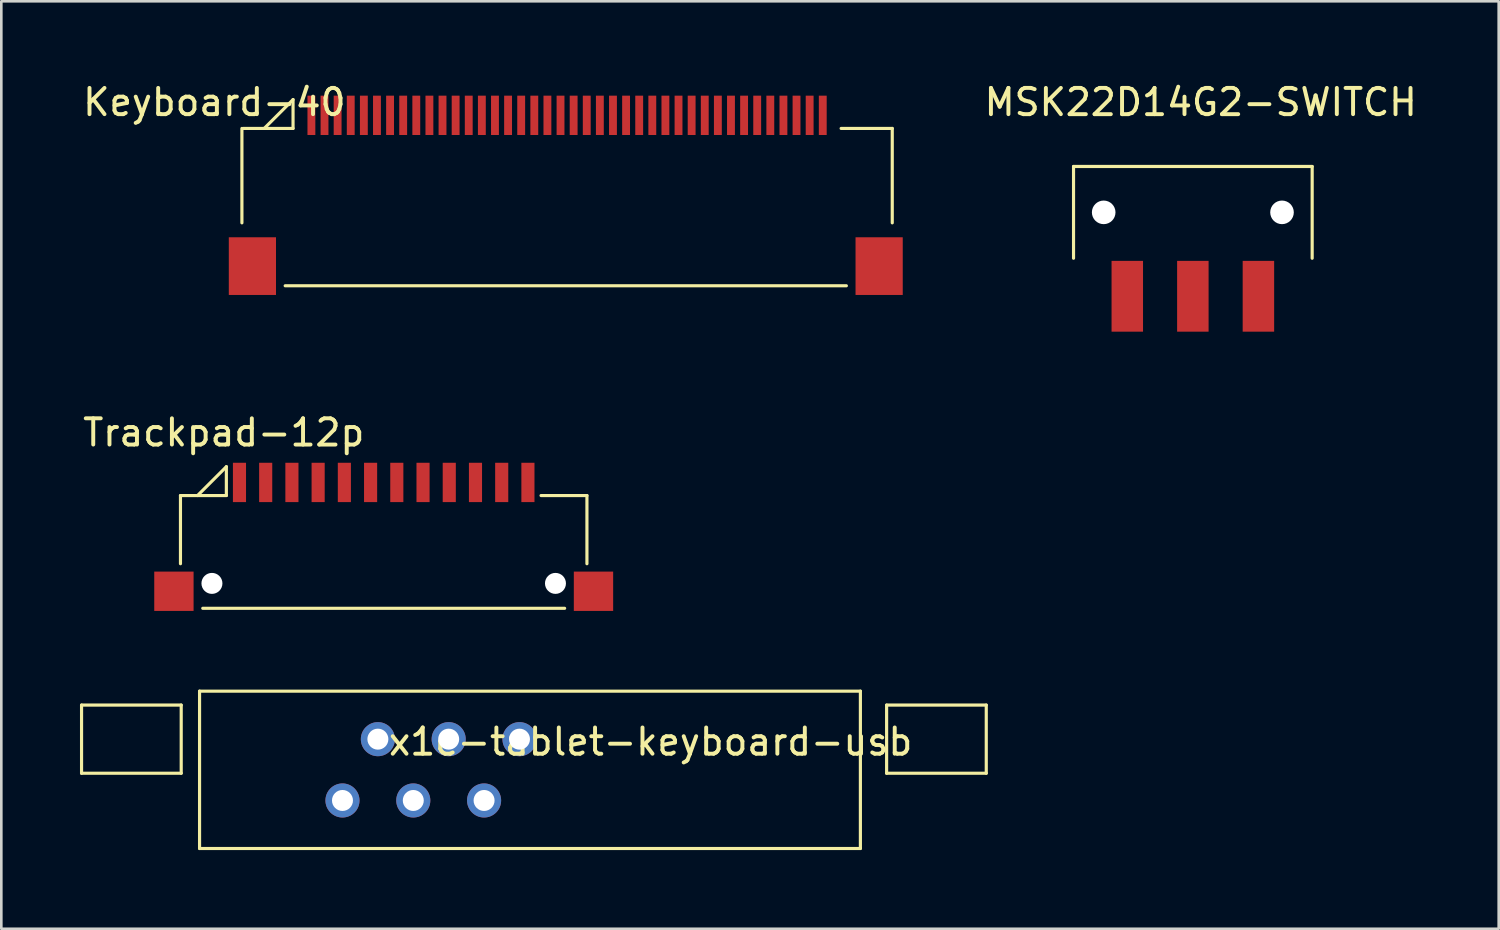
<source format=kicad_pcb>
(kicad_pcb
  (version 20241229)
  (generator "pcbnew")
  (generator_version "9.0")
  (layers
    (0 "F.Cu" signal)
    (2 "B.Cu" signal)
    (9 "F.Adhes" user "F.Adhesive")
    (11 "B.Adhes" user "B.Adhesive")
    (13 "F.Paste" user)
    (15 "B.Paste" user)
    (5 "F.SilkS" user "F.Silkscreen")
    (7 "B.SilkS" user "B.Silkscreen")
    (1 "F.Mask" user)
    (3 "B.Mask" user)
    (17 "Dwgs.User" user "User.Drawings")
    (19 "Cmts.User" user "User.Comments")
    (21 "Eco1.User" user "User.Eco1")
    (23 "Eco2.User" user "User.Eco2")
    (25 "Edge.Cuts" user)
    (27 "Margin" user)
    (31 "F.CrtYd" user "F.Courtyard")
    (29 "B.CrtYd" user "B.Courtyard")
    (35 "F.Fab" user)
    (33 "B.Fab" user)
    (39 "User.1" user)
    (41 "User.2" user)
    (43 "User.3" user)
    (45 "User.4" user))
  (footprint "x1c-tablet-keyboard-usb"
    (layer "F.Cu")
    (at 11.36 25.137)
    (property "Reference" "x1c-tablet-keyboard-usb" (at 10.4 0.1 0) (layer "F.SilkS") (effects (font (size 1 1) (thickness 0.15))))
    (attr through_hole)
    (fp_line (start -11.3 -1.3) (end -7.5 -1.3) (stroke (width 0.12) (type solid)) (layer "F.SilkS"))
    (fp_line (start -11.3 1.3) (end -11.3 -1.3) (stroke (width 0.12) (type solid)) (layer "F.SilkS"))
    (fp_line (start -7.5 -1.3) (end -7.5 1.3) (stroke (width 0.12) (type solid)) (layer "F.SilkS"))
    (fp_line (start -7.5 1.3) (end -11.3 1.3) (stroke (width 0.12) (type solid)) (layer "F.SilkS"))
    (fp_line (start -6.8 -1.831) (end -6.8 4.169) (stroke (width 0.12) (type solid)) (layer "F.SilkS"))
    (fp_line (start -6.8 4.169) (end 18.4 4.169) (stroke (width 0.12) (type solid)) (layer "F.SilkS"))
    (fp_line (start 18.4 -1.831) (end -6.8 -1.831) (stroke (width 0.12) (type solid)) (layer "F.SilkS"))
    (fp_line (start 18.4 -1.831) (end 18.4 4.169) (stroke (width 0.12) (type solid)) (layer "F.SilkS"))
    (fp_line (start 19.4 -1.3) (end 23.2 -1.3) (stroke (width 0.12) (type solid)) (layer "F.SilkS"))
    (fp_line (start 19.4 1.3) (end 19.4 -1.3) (stroke (width 0.12) (type solid)) (layer "F.SilkS"))
    (fp_line (start 23.2 -1.3) (end 23.2 1.3) (stroke (width 0.12) (type solid)) (layer "F.SilkS"))
    (fp_line (start 23.2 1.3) (end 19.4 1.3) (stroke (width 0.12) (type solid)) (layer "F.SilkS"))
    (pad "1" thru_hole circle (at 0 0) (size 1.3 1.3) (drill 0.8) (layers "*.Cu" "*.Mask"))
    (pad "2" thru_hole circle (at 2.7 0) (size 1.3 1.3) (drill 0.8) (layers "*.Cu" "*.Mask"))
    (pad "3" thru_hole circle (at 5.4 0) (size 1.3 1.3) (drill 0.8) (layers "*.Cu" "*.Mask"))
    (pad "4" thru_hole circle (at -1.35 2.338) (size 1.3 1.3) (drill 0.8) (layers "*.Cu" "*.Mask"))
    (pad "5" thru_hole circle (at 1.35 2.338) (size 1.3 1.3) (drill 0.8) (layers "*.Cu" "*.Mask"))
    (pad "6" thru_hole circle (at 4.05 2.338) (size 1.3 1.3) (drill 0.8) (layers "*.Cu" "*.Mask")))
  (footprint "MSK22D14G2-SWITCH"
    (layer "F.Cu")
    (at 42.438 5.048)
    (property "Reference" "MSK22D14G2-SWITCH" (at 0.3 -4.2 0) (layer "F.SilkS") (effects (font (size 1 1) (thickness 0.15))))
    (attr through_hole)
    (fp_line (start -4.55 -1.75) (end -4.55 1.75) (stroke (width 0.12) (type solid)) (layer "F.SilkS"))
    (fp_line (start -4.55 -1.75) (end 4.55 -1.75) (stroke (width 0.12) (type solid)) (layer "F.SilkS"))
    (fp_line (start 4.55 -1.75) (end 4.55 1.75) (stroke (width 0.12) (type solid)) (layer "F.SilkS"))
    (pad "" np_thru_hole circle (at -3.4 0) (size 0.9 0.9) (drill 0.9) (layers "*.Cu" "*.Mask"))
    (pad "" np_thru_hole circle (at 3.4 0) (size 0.9 0.9) (drill 0.9) (layers "*.Cu" "*.Mask"))
    (pad "1" smd rect (at -2.5 3.2) (size 1.2 2.7) (layers "F.Cu" "F.Mask" "F.Paste"))
    (pad "2" smd rect (at 0 3.2) (size 1.2 2.7) (layers "F.Cu" "F.Mask" "F.Paste"))
    (pad "3" smd rect (at 2.5 3.2) (size 1.2 2.7) (layers "F.Cu" "F.Mask" "F.Paste")))
  (footprint "Trackpad-12p"
    (layer "F.Cu")
    (at 6.082 15.347)
    (property "Reference" "Trackpad-12p" (at -0.6 -1.9 0) (layer "F.SilkS") (effects (font (size 1 1) (thickness 0.15))))
    (attr through_hole)
    (fp_line (start -2.25 0.5) (end -0.5 0.5) (stroke (width 0.12) (type solid)) (layer "F.SilkS"))
    (fp_line (start -2.25 3.1) (end -2.25 0.5) (stroke (width 0.12) (type solid)) (layer "F.SilkS"))
    (fp_line (start -1.4 4.8) (end 12.4 4.8) (stroke (width 0.12) (type solid)) (layer "F.SilkS"))
    (fp_line (start -0.5 -0.6) (end -1.6 0.5) (stroke (width 0.12) (type solid)) (layer "F.SilkS"))
    (fp_line (start -0.5 0.5) (end -0.5 -0.6) (stroke (width 0.12) (type solid)) (layer "F.SilkS"))
    (fp_line (start 11.5 0.5) (end 13.25 0.5) (stroke (width 0.12) (type solid)) (layer "F.SilkS"))
    (fp_line (start 13.25 3.1) (end 13.25 0.5) (stroke (width 0.12) (type solid)) (layer "F.SilkS"))
    (pad "" np_thru_hole circle (at -1.05 3.85) (size 0.8 0.8) (drill 0.8) (layers "*.Cu" "*.Mask"))
    (pad "" np_thru_hole circle (at 12.05 3.85) (size 0.8 0.8) (drill 0.8) (layers "*.Cu" "*.Mask"))
    (pad "1" smd rect (at 0 0) (size 0.5 1.5) (layers "F.Cu" "F.Mask" "F.Paste"))
    (pad "2" smd rect (at 1 0) (size 0.5 1.5) (layers "F.Cu" "F.Mask" "F.Paste"))
    (pad "3" smd rect (at 2 0) (size 0.5 1.5) (layers "F.Cu" "F.Mask" "F.Paste"))
    (pad "4" smd rect (at 3 0) (size 0.5 1.5) (layers "F.Cu" "F.Mask" "F.Paste"))
    (pad "5" smd rect (at 4 0) (size 0.5 1.5) (layers "F.Cu" "F.Mask" "F.Paste"))
    (pad "6" smd rect (at 5 0) (size 0.5 1.5) (layers "F.Cu" "F.Mask" "F.Paste"))
    (pad "7" smd rect (at 6 0) (size 0.5 1.5) (layers "F.Cu" "F.Mask" "F.Paste"))
    (pad "8" smd rect (at 7 0) (size 0.5 1.5) (layers "F.Cu" "F.Mask" "F.Paste"))
    (pad "9" smd rect (at 8 0) (size 0.5 1.5) (layers "F.Cu" "F.Mask" "F.Paste"))
    (pad "10" smd rect (at 9 0) (size 0.5 1.5) (layers "F.Cu" "F.Mask" "F.Paste"))
    (pad "11" smd rect (at 10 0) (size 0.5 1.5) (layers "F.Cu" "F.Mask" "F.Paste"))
    (pad "12" smd rect (at 11 0) (size 0.5 1.5) (layers "F.Cu" "F.Mask" "F.Paste"))
    (pad "MP0" smd rect (at -2.5 4.15) (size 1.5 1.5) (layers "F.Cu" "F.Mask" "F.Paste"))
    (pad "MP1" smd rect (at 13.5 4.15) (size 1.5 1.5) (layers "F.Cu" "F.Mask" "F.Paste")))
  (footprint "Keyboard-40"
    (layer "F.Cu")
    (at 8.825 1.448)
    (property "Reference" "Keyboard-40" (at -3.7 -0.6 0) (layer "F.SilkS") (effects (font (size 1 1) (thickness 0.15))))
    (attr through_hole)
    (fp_line (start -2.65 4) (end -2.65 0.4) (stroke (width 0.12) (type solid)) (layer "F.SilkS"))
    (fp_line (start -2.6 0.4) (end -0.7 0.4) (stroke (width 0.12) (type solid)) (layer "F.SilkS"))
    (fp_line (start -1 6.4) (end 20.4 6.4) (stroke (width 0.12) (type solid)) (layer "F.SilkS"))
    (fp_line (start -0.7 -0.7) (end -1.8 0.4) (stroke (width 0.12) (type solid)) (layer "F.SilkS"))
    (fp_line (start -0.7 0.4) (end -0.7 -0.7) (stroke (width 0.12) (type solid)) (layer "F.SilkS"))
    (fp_line (start 20.2 0.4) (end 22.15 0.4) (stroke (width 0.12) (type solid)) (layer "F.SilkS"))
    (fp_line (start 22.15 0.4) (end 22.15 4) (stroke (width 0.12) (type solid)) (layer "F.SilkS"))
    (pad "1" smd rect (at 0 -0.1) (size 0.3 1.5) (layers "F.Cu" "F.Mask" "F.Paste"))
    (pad "2" smd rect (at 0.5 -0.1) (size 0.3 1.5) (layers "F.Cu" "F.Mask" "F.Paste"))
    (pad "3" smd rect (at 1 -0.1) (size 0.3 1.5) (layers "F.Cu" "F.Mask" "F.Paste"))
    (pad "4" smd rect (at 1.5 -0.1) (size 0.3 1.5) (layers "F.Cu" "F.Mask" "F.Paste"))
    (pad "5" smd rect (at 2 -0.1) (size 0.3 1.5) (layers "F.Cu" "F.Mask" "F.Paste"))
    (pad "6" smd rect (at 2.5 -0.1) (size 0.3 1.5) (layers "F.Cu" "F.Mask" "F.Paste"))
    (pad "7" smd rect (at 3 -0.1) (size 0.3 1.5) (layers "F.Cu" "F.Mask" "F.Paste"))
    (pad "8" smd rect (at 3.5 -0.1) (size 0.3 1.5) (layers "F.Cu" "F.Mask" "F.Paste"))
    (pad "9" smd rect (at 4 -0.1) (size 0.3 1.5) (layers "F.Cu" "F.Mask" "F.Paste"))
    (pad "10" smd rect (at 4.5 -0.1) (size 0.3 1.5) (layers "F.Cu" "F.Mask" "F.Paste"))
    (pad "11" smd rect (at 5 -0.1) (size 0.3 1.5) (layers "F.Cu" "F.Mask" "F.Paste"))
    (pad "12" smd rect (at 5.5 -0.1) (size 0.3 1.5) (layers "F.Cu" "F.Mask" "F.Paste"))
    (pad "13" smd rect (at 6 -0.1) (size 0.3 1.5) (layers "F.Cu" "F.Mask" "F.Paste"))
    (pad "14" smd rect (at 6.5 -0.1) (size 0.3 1.5) (layers "F.Cu" "F.Mask" "F.Paste"))
    (pad "15" smd rect (at 7 -0.1) (size 0.3 1.5) (layers "F.Cu" "F.Mask" "F.Paste"))
    (pad "16" smd rect (at 7.5 -0.1) (size 0.3 1.5) (layers "F.Cu" "F.Mask" "F.Paste"))
    (pad "17" smd rect (at 8 -0.1) (size 0.3 1.5) (layers "F.Cu" "F.Mask" "F.Paste"))
    (pad "18" smd rect (at 8.5 -0.1) (size 0.3 1.5) (layers "F.Cu" "F.Mask" "F.Paste"))
    (pad "19" smd rect (at 9 -0.1) (size 0.3 1.5) (layers "F.Cu" "F.Mask" "F.Paste"))
    (pad "20" smd rect (at 9.5 -0.1) (size 0.3 1.5) (layers "F.Cu" "F.Mask" "F.Paste"))
    (pad "21" smd rect (at 10 -0.1) (size 0.3 1.5) (layers "F.Cu" "F.Mask" "F.Paste"))
    (pad "22" smd rect (at 10.5 -0.1) (size 0.3 1.5) (layers "F.Cu" "F.Mask" "F.Paste"))
    (pad "23" smd rect (at 11 -0.1) (size 0.3 1.5) (layers "F.Cu" "F.Mask" "F.Paste"))
    (pad "24" smd rect (at 11.5 -0.1) (size 0.3 1.5) (layers "F.Cu" "F.Mask" "F.Paste"))
    (pad "25" smd rect (at 12 -0.1) (size 0.3 1.5) (layers "F.Cu" "F.Mask" "F.Paste"))
    (pad "26" smd rect (at 12.5 -0.1) (size 0.3 1.5) (layers "F.Cu" "F.Mask" "F.Paste"))
    (pad "27" smd rect (at 13 -0.1) (size 0.3 1.5) (layers "F.Cu" "F.Mask" "F.Paste"))
    (pad "28" smd rect (at 13.5 -0.1) (size 0.3 1.5) (layers "F.Cu" "F.Mask" "F.Paste"))
    (pad "29" smd rect (at 14 -0.1) (size 0.3 1.5) (layers "F.Cu" "F.Mask" "F.Paste"))
    (pad "30" smd rect (at 14.5 -0.1) (size 0.3 1.5) (layers "F.Cu" "F.Mask" "F.Paste"))
    (pad "31" smd rect (at 15 -0.1) (size 0.3 1.5) (layers "F.Cu" "F.Mask" "F.Paste"))
    (pad "32" smd rect (at 15.5 -0.1) (size 0.3 1.5) (layers "F.Cu" "F.Mask" "F.Paste"))
    (pad "33" smd rect (at 16 -0.1) (size 0.3 1.5) (layers "F.Cu" "F.Mask" "F.Paste"))
    (pad "34" smd rect (at 16.5 -0.1) (size 0.3 1.5) (layers "F.Cu" "F.Mask" "F.Paste"))
    (pad "35" smd rect (at 17 -0.1) (size 0.3 1.5) (layers "F.Cu" "F.Mask" "F.Paste"))
    (pad "36" smd rect (at 17.5 -0.1) (size 0.3 1.5) (layers "F.Cu" "F.Mask" "F.Paste"))
    (pad "37" smd rect (at 18 -0.1) (size 0.3 1.5) (layers "F.Cu" "F.Mask" "F.Paste"))
    (pad "38" smd rect (at 18.5 -0.1) (size 0.3 1.5) (layers "F.Cu" "F.Mask" "F.Paste"))
    (pad "39" smd rect (at 19 -0.1) (size 0.3 1.5) (layers "F.Cu" "F.Mask" "F.Paste"))
    (pad "40" smd rect (at 19.5 -0.1) (size 0.3 1.5) (layers "F.Cu" "F.Mask" "F.Paste"))
    (pad "MP0" smd rect (at -2.25 5.65) (size 1.8 2.2) (layers "F.Cu" "F.Mask" "F.Paste"))
    (pad "MP1" smd rect (at 21.65 5.65) (size 1.8 2.2) (layers "F.Cu" "F.Mask" "F.Paste")))
  (gr_rect
    (start -3 -3)
    (end 54.101 32.367)
    (stroke (width 0.1) (type default))
    (fill no)
    (layer "Edge.Cuts")))
</source>
